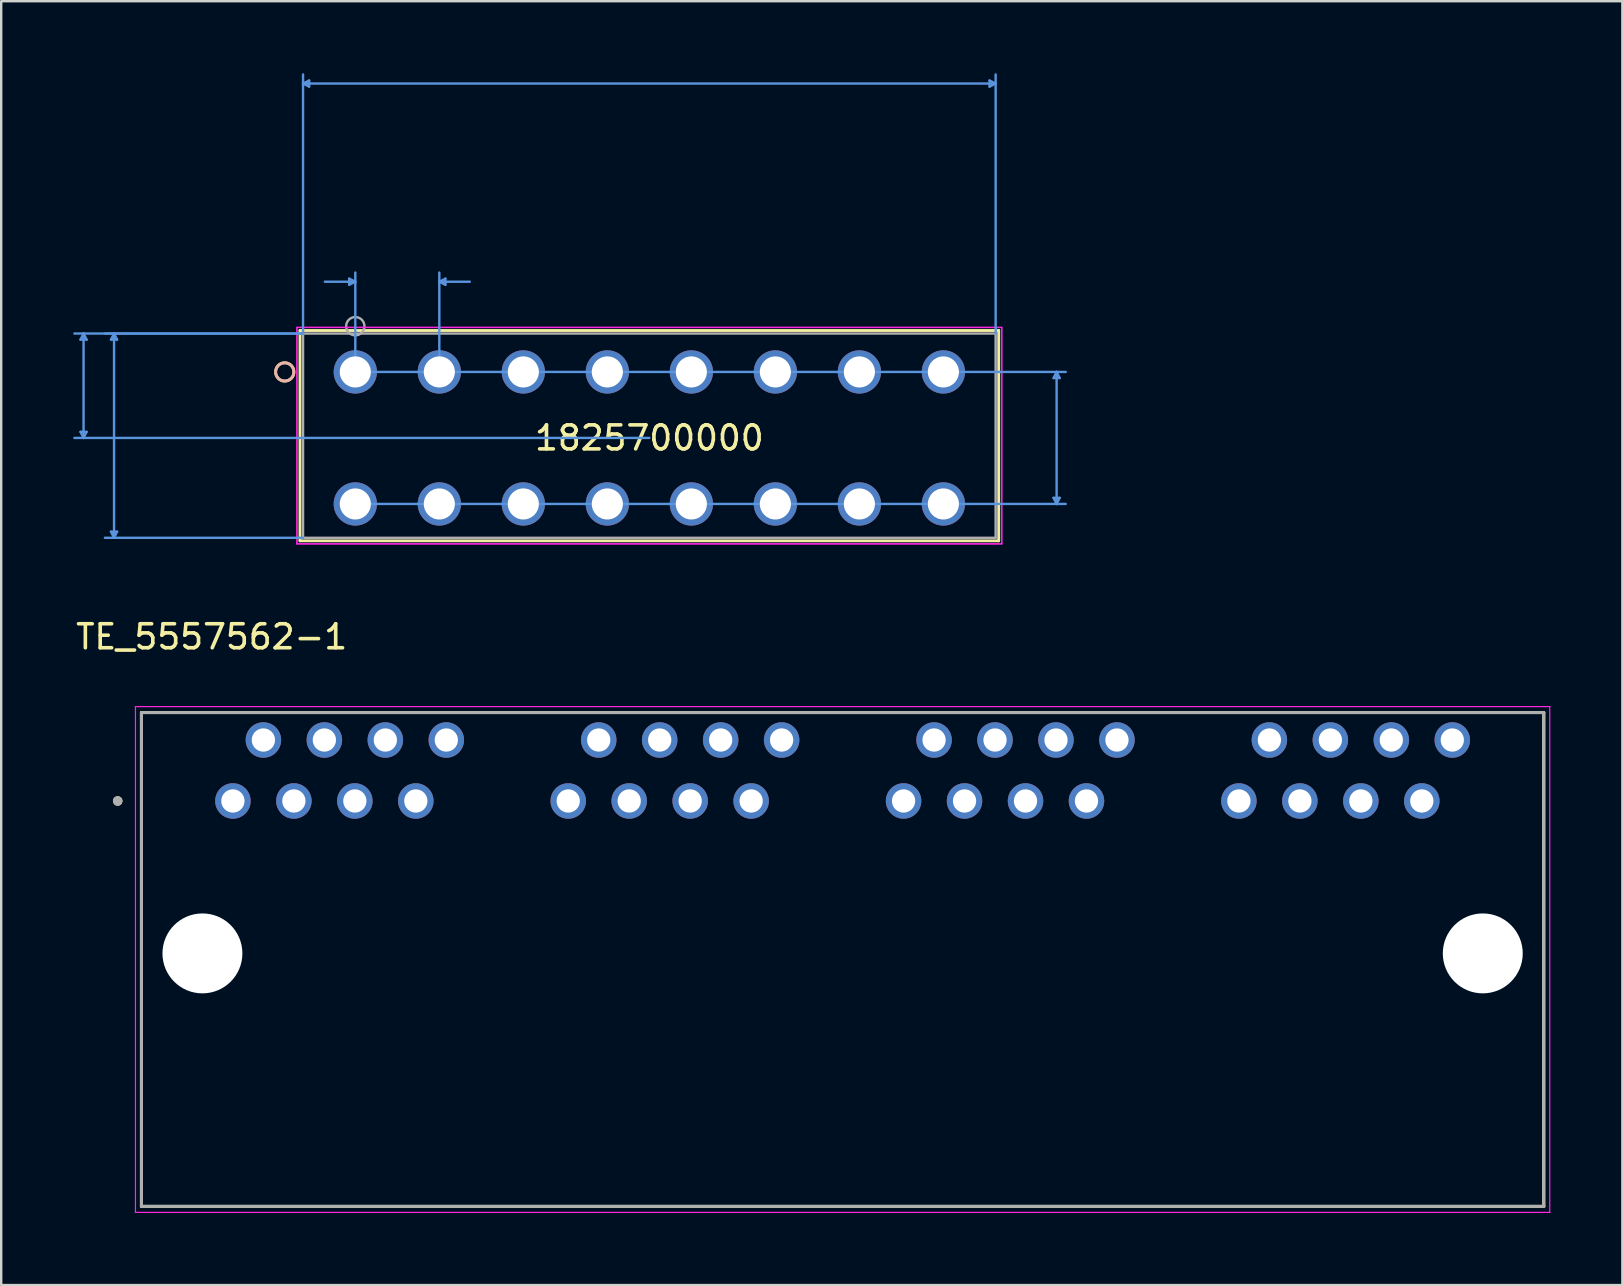
<source format=kicad_pcb>
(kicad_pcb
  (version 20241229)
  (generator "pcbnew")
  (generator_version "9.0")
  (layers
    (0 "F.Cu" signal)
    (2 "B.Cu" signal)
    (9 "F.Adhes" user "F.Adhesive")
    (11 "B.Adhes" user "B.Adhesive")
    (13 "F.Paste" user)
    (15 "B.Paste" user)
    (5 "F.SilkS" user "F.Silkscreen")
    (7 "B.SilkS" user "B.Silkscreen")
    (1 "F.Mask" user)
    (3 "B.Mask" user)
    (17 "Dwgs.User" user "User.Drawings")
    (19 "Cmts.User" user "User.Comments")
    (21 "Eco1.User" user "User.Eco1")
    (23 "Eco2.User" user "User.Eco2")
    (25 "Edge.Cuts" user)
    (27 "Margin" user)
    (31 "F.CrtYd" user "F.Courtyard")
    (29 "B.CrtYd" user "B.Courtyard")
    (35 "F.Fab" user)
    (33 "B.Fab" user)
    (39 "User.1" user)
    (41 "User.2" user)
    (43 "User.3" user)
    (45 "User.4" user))
  (footprint "TE_5557562-1"
    (layer "F.Cu")
    (at 32.053 36.669)
    (property "Reference" "TE_5557562-1" (at -26.285 -13.188 0) (layer "F.SilkS") (effects (font (size 1 1) (thickness 0.15))))
    (attr through_hole)
    (fp_line (start -29.21 -10.033) (end -29.21 10.541) (stroke (width 0.127) (type solid)) (layer "F.SilkS"))
    (fp_line (start -29.21 -10.033) (end 29.21 -10.033) (stroke (width 0.127) (type solid)) (layer "F.SilkS"))
    (fp_line (start -29.21 10.541) (end 29.21 10.541) (stroke (width 0.127) (type solid)) (layer "F.SilkS"))
    (fp_line (start 29.21 -10.033) (end 29.21 10.541) (stroke (width 0.127) (type solid)) (layer "F.SilkS"))
    (fp_circle (center -30.2 -6.35) (end -30.1 -6.35) (stroke (width 0.2) (type solid)) (fill no) (layer "F.SilkS"))
    (fp_line (start -29.46 -10.283) (end -29.46 10.791) (stroke (width 0.05) (type solid)) (layer "F.CrtYd"))
    (fp_line (start -29.46 10.791) (end 29.46 10.791) (stroke (width 0.05) (type solid)) (layer "F.CrtYd"))
    (fp_line (start 29.46 -10.283) (end -29.46 -10.283) (stroke (width 0.05) (type solid)) (layer "F.CrtYd"))
    (fp_line (start 29.46 10.791) (end 29.46 -10.283) (stroke (width 0.05) (type solid)) (layer "F.CrtYd"))
    (fp_line (start -29.21 -10.033) (end -29.21 10.541) (stroke (width 0.127) (type solid)) (layer "F.Fab"))
    (fp_line (start -29.21 -10.033) (end 29.21 -10.033) (stroke (width 0.127) (type solid)) (layer "F.Fab"))
    (fp_line (start -29.21 10.541) (end 29.21 10.541) (stroke (width 0.127) (type solid)) (layer "F.Fab"))
    (fp_line (start 29.21 -10.033) (end 29.21 10.541) (stroke (width 0.127) (type solid)) (layer "F.Fab"))
    (fp_circle (center -30.2 -6.35) (end -30.1 -6.35) (stroke (width 0.2) (type solid)) (fill no) (layer "F.Fab"))
    (pad "" np_thru_hole circle (at -26.67 0) (size 3.33 3.33) (drill 3.33) (layers "*.Cu" "*.Mask"))
    (pad "" np_thru_hole circle (at 26.67 0) (size 3.33 3.33) (drill 3.33) (layers "*.Cu" "*.Mask"))
    (pad "P1_1" thru_hole circle (at -25.4 -6.35) (size 1.478 1.478) (drill 0.97) (layers "*.Cu" "*.Mask"))
    (pad "P1_2" thru_hole circle (at -24.13 -8.89) (size 1.478 1.478) (drill 0.97) (layers "*.Cu" "*.Mask"))
    (pad "P1_3" thru_hole circle (at -22.86 -6.35) (size 1.478 1.478) (drill 0.97) (layers "*.Cu" "*.Mask"))
    (pad "P1_4" thru_hole circle (at -21.59 -8.89) (size 1.478 1.478) (drill 0.97) (layers "*.Cu" "*.Mask"))
    (pad "P1_5" thru_hole circle (at -20.32 -6.35) (size 1.478 1.478) (drill 0.97) (layers "*.Cu" "*.Mask"))
    (pad "P1_6" thru_hole circle (at -19.05 -8.89) (size 1.478 1.478) (drill 0.97) (layers "*.Cu" "*.Mask"))
    (pad "P1_7" thru_hole circle (at -17.78 -6.35) (size 1.478 1.478) (drill 0.97) (layers "*.Cu" "*.Mask"))
    (pad "P1_8" thru_hole circle (at -16.51 -8.89) (size 1.478 1.478) (drill 0.97) (layers "*.Cu" "*.Mask"))
    (pad "P2_1" thru_hole circle (at -11.43 -6.35) (size 1.478 1.478) (drill 0.97) (layers "*.Cu" "*.Mask"))
    (pad "P2_2" thru_hole circle (at -10.16 -8.89) (size 1.478 1.478) (drill 0.97) (layers "*.Cu" "*.Mask"))
    (pad "P2_3" thru_hole circle (at -8.89 -6.35) (size 1.478 1.478) (drill 0.97) (layers "*.Cu" "*.Mask"))
    (pad "P2_4" thru_hole circle (at -7.62 -8.89) (size 1.478 1.478) (drill 0.97) (layers "*.Cu" "*.Mask"))
    (pad "P2_5" thru_hole circle (at -6.35 -6.35) (size 1.478 1.478) (drill 0.97) (layers "*.Cu" "*.Mask"))
    (pad "P2_6" thru_hole circle (at -5.08 -8.89) (size 1.478 1.478) (drill 0.97) (layers "*.Cu" "*.Mask"))
    (pad "P2_7" thru_hole circle (at -3.81 -6.35) (size 1.478 1.478) (drill 0.97) (layers "*.Cu" "*.Mask"))
    (pad "P2_8" thru_hole circle (at -2.54 -8.89) (size 1.478 1.478) (drill 0.97) (layers "*.Cu" "*.Mask"))
    (pad "P3_1" thru_hole circle (at 2.54 -6.35) (size 1.478 1.478) (drill 0.97) (layers "*.Cu" "*.Mask"))
    (pad "P3_2" thru_hole circle (at 3.81 -8.89) (size 1.478 1.478) (drill 0.97) (layers "*.Cu" "*.Mask"))
    (pad "P3_3" thru_hole circle (at 5.08 -6.35) (size 1.478 1.478) (drill 0.97) (layers "*.Cu" "*.Mask"))
    (pad "P3_4" thru_hole circle (at 6.35 -8.89) (size 1.478 1.478) (drill 0.97) (layers "*.Cu" "*.Mask"))
    (pad "P3_5" thru_hole circle (at 7.62 -6.35) (size 1.478 1.478) (drill 0.97) (layers "*.Cu" "*.Mask"))
    (pad "P3_6" thru_hole circle (at 8.89 -8.89) (size 1.478 1.478) (drill 0.97) (layers "*.Cu" "*.Mask"))
    (pad "P3_7" thru_hole circle (at 10.16 -6.35) (size 1.478 1.478) (drill 0.97) (layers "*.Cu" "*.Mask"))
    (pad "P3_8" thru_hole circle (at 11.43 -8.89) (size 1.478 1.478) (drill 0.97) (layers "*.Cu" "*.Mask"))
    (pad "P4_1" thru_hole circle (at 16.51 -6.35) (size 1.478 1.478) (drill 0.97) (layers "*.Cu" "*.Mask"))
    (pad "P4_2" thru_hole circle (at 17.78 -8.89) (size 1.478 1.478) (drill 0.97) (layers "*.Cu" "*.Mask"))
    (pad "P4_3" thru_hole circle (at 19.05 -6.35) (size 1.478 1.478) (drill 0.97) (layers "*.Cu" "*.Mask"))
    (pad "P4_4" thru_hole circle (at 20.32 -8.89) (size 1.478 1.478) (drill 0.97) (layers "*.Cu" "*.Mask"))
    (pad "P4_5" thru_hole circle (at 21.59 -6.35) (size 1.478 1.478) (drill 0.97) (layers "*.Cu" "*.Mask"))
    (pad "P4_6" thru_hole circle (at 22.86 -8.89) (size 1.478 1.478) (drill 0.97) (layers "*.Cu" "*.Mask"))
    (pad "P4_7" thru_hole circle (at 24.13 -6.35) (size 1.478 1.478) (drill 0.97) (layers "*.Cu" "*.Mask"))
    (pad "P4_8" thru_hole circle (at 25.4 -8.89) (size 1.478 1.478) (drill 0.97) (layers "*.Cu" "*.Mask")))
  (footprint "1825700000"
    (layer "F.Cu")
    (at 11.752 12.445)
    (property "Reference" "1825700000" (at 12.25 2.75 0) (layer "F.SilkS") (effects (font (size 1 1) (thickness 0.15))))
    (attr through_hole)
    (fp_line (start -2.304 -1.727) (end -2.304 7.036) (stroke (width 0.12) (type solid)) (layer "F.SilkS"))
    (fp_line (start -2.304 7.036) (end 26.804 7.036) (stroke (width 0.12) (type solid)) (layer "F.SilkS"))
    (fp_line (start 26.804 -1.727) (end -2.304 -1.727) (stroke (width 0.12) (type solid)) (layer "F.SilkS"))
    (fp_line (start 26.804 7.036) (end 26.804 -1.727) (stroke (width 0.12) (type solid)) (layer "F.SilkS"))
    (fp_circle (center -2.939 0) (end -2.558 0) (stroke (width 0.12) (type solid)) (fill no) (layer "F.SilkS"))
    (fp_circle (center -2.939 0) (end -2.558 0) (stroke (width 0.12) (type solid)) (fill no) (layer "B.SilkS"))
    (fp_line (start -11.448 -1.346) (end -11.194 -1.346) (stroke (width 0.1) (type solid)) (layer "Cmts.User"))
    (fp_line (start -11.448 2.496) (end -11.194 2.496) (stroke (width 0.1) (type solid)) (layer "Cmts.User"))
    (fp_line (start -11.321 -1.6) (end -11.448 -1.346) (stroke (width 0.1) (type solid)) (layer "Cmts.User"))
    (fp_line (start -11.321 -1.6) (end -11.321 2.75) (stroke (width 0.1) (type solid)) (layer "Cmts.User"))
    (fp_line (start -11.321 -1.6) (end -11.194 -1.346) (stroke (width 0.1) (type solid)) (layer "Cmts.User"))
    (fp_line (start -11.321 2.75) (end -11.448 2.496) (stroke (width 0.1) (type solid)) (layer "Cmts.User"))
    (fp_line (start -11.321 2.75) (end -11.194 2.496) (stroke (width 0.1) (type solid)) (layer "Cmts.User"))
    (fp_line (start -10.178 -1.346) (end -9.924 -1.346) (stroke (width 0.1) (type solid)) (layer "Cmts.User"))
    (fp_line (start -10.178 6.655) (end -9.924 6.655) (stroke (width 0.1) (type solid)) (layer "Cmts.User"))
    (fp_line (start -10.051 -1.6) (end -10.178 -1.346) (stroke (width 0.1) (type solid)) (layer "Cmts.User"))
    (fp_line (start -10.051 -1.6) (end -10.051 6.909) (stroke (width 0.1) (type solid)) (layer "Cmts.User"))
    (fp_line (start -10.051 -1.6) (end -9.924 -1.346) (stroke (width 0.1) (type solid)) (layer "Cmts.User"))
    (fp_line (start -10.051 6.909) (end -10.178 6.655) (stroke (width 0.1) (type solid)) (layer "Cmts.User"))
    (fp_line (start -10.051 6.909) (end -9.924 6.655) (stroke (width 0.1) (type solid)) (layer "Cmts.User"))
    (fp_line (start -2.177 -12.014) (end -1.923 -12.141) (stroke (width 0.1) (type solid)) (layer "Cmts.User"))
    (fp_line (start -2.177 -12.014) (end -1.923 -11.887) (stroke (width 0.1) (type solid)) (layer "Cmts.User"))
    (fp_line (start -2.177 -12.014) (end 26.677 -12.014) (stroke (width 0.1) (type solid)) (layer "Cmts.User"))
    (fp_line (start -2.177 -1.6) (end -11.702 -1.6) (stroke (width 0.1) (type solid)) (layer "Cmts.User"))
    (fp_line (start -2.177 -1.6) (end -10.432 -1.6) (stroke (width 0.1) (type solid)) (layer "Cmts.User"))
    (fp_line (start -2.177 -1.6) (end -2.177 -12.395) (stroke (width 0.1) (type solid)) (layer "Cmts.User"))
    (fp_line (start -2.177 6.909) (end -10.432 6.909) (stroke (width 0.1) (type solid)) (layer "Cmts.User"))
    (fp_line (start -1.923 -12.141) (end -1.923 -11.887) (stroke (width 0.1) (type solid)) (layer "Cmts.User"))
    (fp_line (start -0.254 -3.886) (end -0.254 -3.632) (stroke (width 0.1) (type solid)) (layer "Cmts.User"))
    (fp_line (start 0 -3.759) (end -1.27 -3.759) (stroke (width 0.1) (type solid)) (layer "Cmts.User"))
    (fp_line (start 0 -3.759) (end -0.254 -3.886) (stroke (width 0.1) (type solid)) (layer "Cmts.User"))
    (fp_line (start 0 -3.759) (end -0.254 -3.632) (stroke (width 0.1) (type solid)) (layer "Cmts.User"))
    (fp_line (start 0 0) (end 0 -4.14) (stroke (width 0.1) (type solid)) (layer "Cmts.User"))
    (fp_line (start 0 0) (end 29.598 0) (stroke (width 0.1) (type solid)) (layer "Cmts.User"))
    (fp_line (start 0 5.5) (end 29.598 5.5) (stroke (width 0.1) (type solid)) (layer "Cmts.User"))
    (fp_line (start 3.5 -3.759) (end 3.754 -3.886) (stroke (width 0.1) (type solid)) (layer "Cmts.User"))
    (fp_line (start 3.5 -3.759) (end 3.754 -3.632) (stroke (width 0.1) (type solid)) (layer "Cmts.User"))
    (fp_line (start 3.5 -3.759) (end 4.77 -3.759) (stroke (width 0.1) (type solid)) (layer "Cmts.User"))
    (fp_line (start 3.5 0) (end 3.5 -4.14) (stroke (width 0.1) (type solid)) (layer "Cmts.User"))
    (fp_line (start 3.754 -3.886) (end 3.754 -3.632) (stroke (width 0.1) (type solid)) (layer "Cmts.User"))
    (fp_line (start 12.25 2.75) (end -11.702 2.75) (stroke (width 0.1) (type solid)) (layer "Cmts.User"))
    (fp_line (start 26.423 -12.141) (end 26.423 -11.887) (stroke (width 0.1) (type solid)) (layer "Cmts.User"))
    (fp_line (start 26.677 -12.014) (end 26.423 -12.141) (stroke (width 0.1) (type solid)) (layer "Cmts.User"))
    (fp_line (start 26.677 -12.014) (end 26.423 -11.887) (stroke (width 0.1) (type solid)) (layer "Cmts.User"))
    (fp_line (start 26.677 -1.6) (end 26.677 -12.395) (stroke (width 0.1) (type solid)) (layer "Cmts.User"))
    (fp_line (start 29.09 0.254) (end 29.344 0.254) (stroke (width 0.1) (type solid)) (layer "Cmts.User"))
    (fp_line (start 29.09 5.246) (end 29.344 5.246) (stroke (width 0.1) (type solid)) (layer "Cmts.User"))
    (fp_line (start 29.217 0) (end 29.09 0.254) (stroke (width 0.1) (type solid)) (layer "Cmts.User"))
    (fp_line (start 29.217 0) (end 29.217 5.5) (stroke (width 0.1) (type solid)) (layer "Cmts.User"))
    (fp_line (start 29.217 0) (end 29.344 0.254) (stroke (width 0.1) (type solid)) (layer "Cmts.User"))
    (fp_line (start 29.217 5.5) (end 29.09 5.246) (stroke (width 0.1) (type solid)) (layer "Cmts.User"))
    (fp_line (start 29.217 5.5) (end 29.344 5.246) (stroke (width 0.1) (type solid)) (layer "Cmts.User"))
    (fp_line (start -2.431 -1.854) (end -2.431 7.163) (stroke (width 0.05) (type solid)) (layer "F.CrtYd"))
    (fp_line (start -2.431 -1.854) (end -2.431 7.163) (stroke (width 0.05) (type solid)) (layer "F.CrtYd"))
    (fp_line (start -2.431 7.163) (end 26.931 7.163) (stroke (width 0.05) (type solid)) (layer "F.CrtYd"))
    (fp_line (start -2.431 7.163) (end 26.931 7.163) (stroke (width 0.05) (type solid)) (layer "F.CrtYd"))
    (fp_line (start 26.931 -1.854) (end -2.431 -1.854) (stroke (width 0.05) (type solid)) (layer "F.CrtYd"))
    (fp_line (start 26.931 -1.854) (end -2.431 -1.854) (stroke (width 0.05) (type solid)) (layer "F.CrtYd"))
    (fp_line (start 26.931 7.163) (end 26.931 -1.854) (stroke (width 0.05) (type solid)) (layer "F.CrtYd"))
    (fp_line (start 26.931 7.163) (end 26.931 -1.854) (stroke (width 0.05) (type solid)) (layer "F.CrtYd"))
    (fp_line (start -2.177 -1.6) (end -2.177 6.909) (stroke (width 0.1) (type solid)) (layer "F.Fab"))
    (fp_line (start -2.177 6.909) (end 26.677 6.909) (stroke (width 0.1) (type solid)) (layer "F.Fab"))
    (fp_line (start 26.677 -1.6) (end -2.177 -1.6) (stroke (width 0.1) (type solid)) (layer "F.Fab"))
    (fp_line (start 26.677 6.909) (end 26.677 -1.6) (stroke (width 0.1) (type solid)) (layer "F.Fab"))
    (fp_circle (center 0 -1.905) (end 0.381 -1.905) (stroke (width 0.1) (type solid)) (fill no) (layer "F.Fab"))
    (fp_text user "*" (at 0 0 0) (layer "F.SilkS") (effects (font (size 1 1) (thickness 0.15))))
    (fp_text user "Copyright 2021 Accelerated Designs. All rights reserved." (at 0 0 0) (layer "Cmts.User") (effects (font (size 0.127 0.127) (thickness 0.002))))
    (fp_text user "*" (at 0 0 0) (layer "F.Fab") (effects (font (size 1 1) (thickness 0.15))))
    (pad "1" thru_hole circle (at 0 0) (size 1.803 1.803) (drill 1.295) (layers "*.Cu" "*.Mask"))
    (pad "2" thru_hole circle (at 0 5.5) (size 1.803 1.803) (drill 1.295) (layers "*.Cu" "*.Mask"))
    (pad "3" thru_hole circle (at 3.5 0) (size 1.803 1.803) (drill 1.295) (layers "*.Cu" "*.Mask"))
    (pad "4" thru_hole circle (at 3.5 5.5) (size 1.803 1.803) (drill 1.295) (layers "*.Cu" "*.Mask"))
    (pad "5" thru_hole circle (at 7 0) (size 1.803 1.803) (drill 1.295) (layers "*.Cu" "*.Mask"))
    (pad "6" thru_hole circle (at 7 5.5) (size 1.803 1.803) (drill 1.295) (layers "*.Cu" "*.Mask"))
    (pad "7" thru_hole circle (at 10.5 0) (size 1.803 1.803) (drill 1.295) (layers "*.Cu" "*.Mask"))
    (pad "8" thru_hole circle (at 10.5 5.5) (size 1.803 1.803) (drill 1.295) (layers "*.Cu" "*.Mask"))
    (pad "9" thru_hole circle (at 14 0) (size 1.803 1.803) (drill 1.295) (layers "*.Cu" "*.Mask"))
    (pad "10" thru_hole circle (at 14 5.5) (size 1.803 1.803) (drill 1.295) (layers "*.Cu" "*.Mask"))
    (pad "11" thru_hole circle (at 17.5 0) (size 1.803 1.803) (drill 1.295) (layers "*.Cu" "*.Mask"))
    (pad "12" thru_hole circle (at 17.5 5.5) (size 1.803 1.803) (drill 1.295) (layers "*.Cu" "*.Mask"))
    (pad "13" thru_hole circle (at 21 0) (size 1.803 1.803) (drill 1.295) (layers "*.Cu" "*.Mask"))
    (pad "14" thru_hole circle (at 21 5.5) (size 1.803 1.803) (drill 1.295) (layers "*.Cu" "*.Mask"))
    (pad "15" thru_hole circle (at 24.5 0) (size 1.803 1.803) (drill 1.295) (layers "*.Cu" "*.Mask"))
    (pad "16" thru_hole circle (at 24.5 5.5) (size 1.803 1.803) (drill 1.295) (layers "*.Cu" "*.Mask")))
  (gr_rect
    (start -3 -3)
    (end 64.538 50.485)
    (stroke (width 0.1) (type default))
    (fill no)
    (layer "Edge.Cuts")))
</source>
